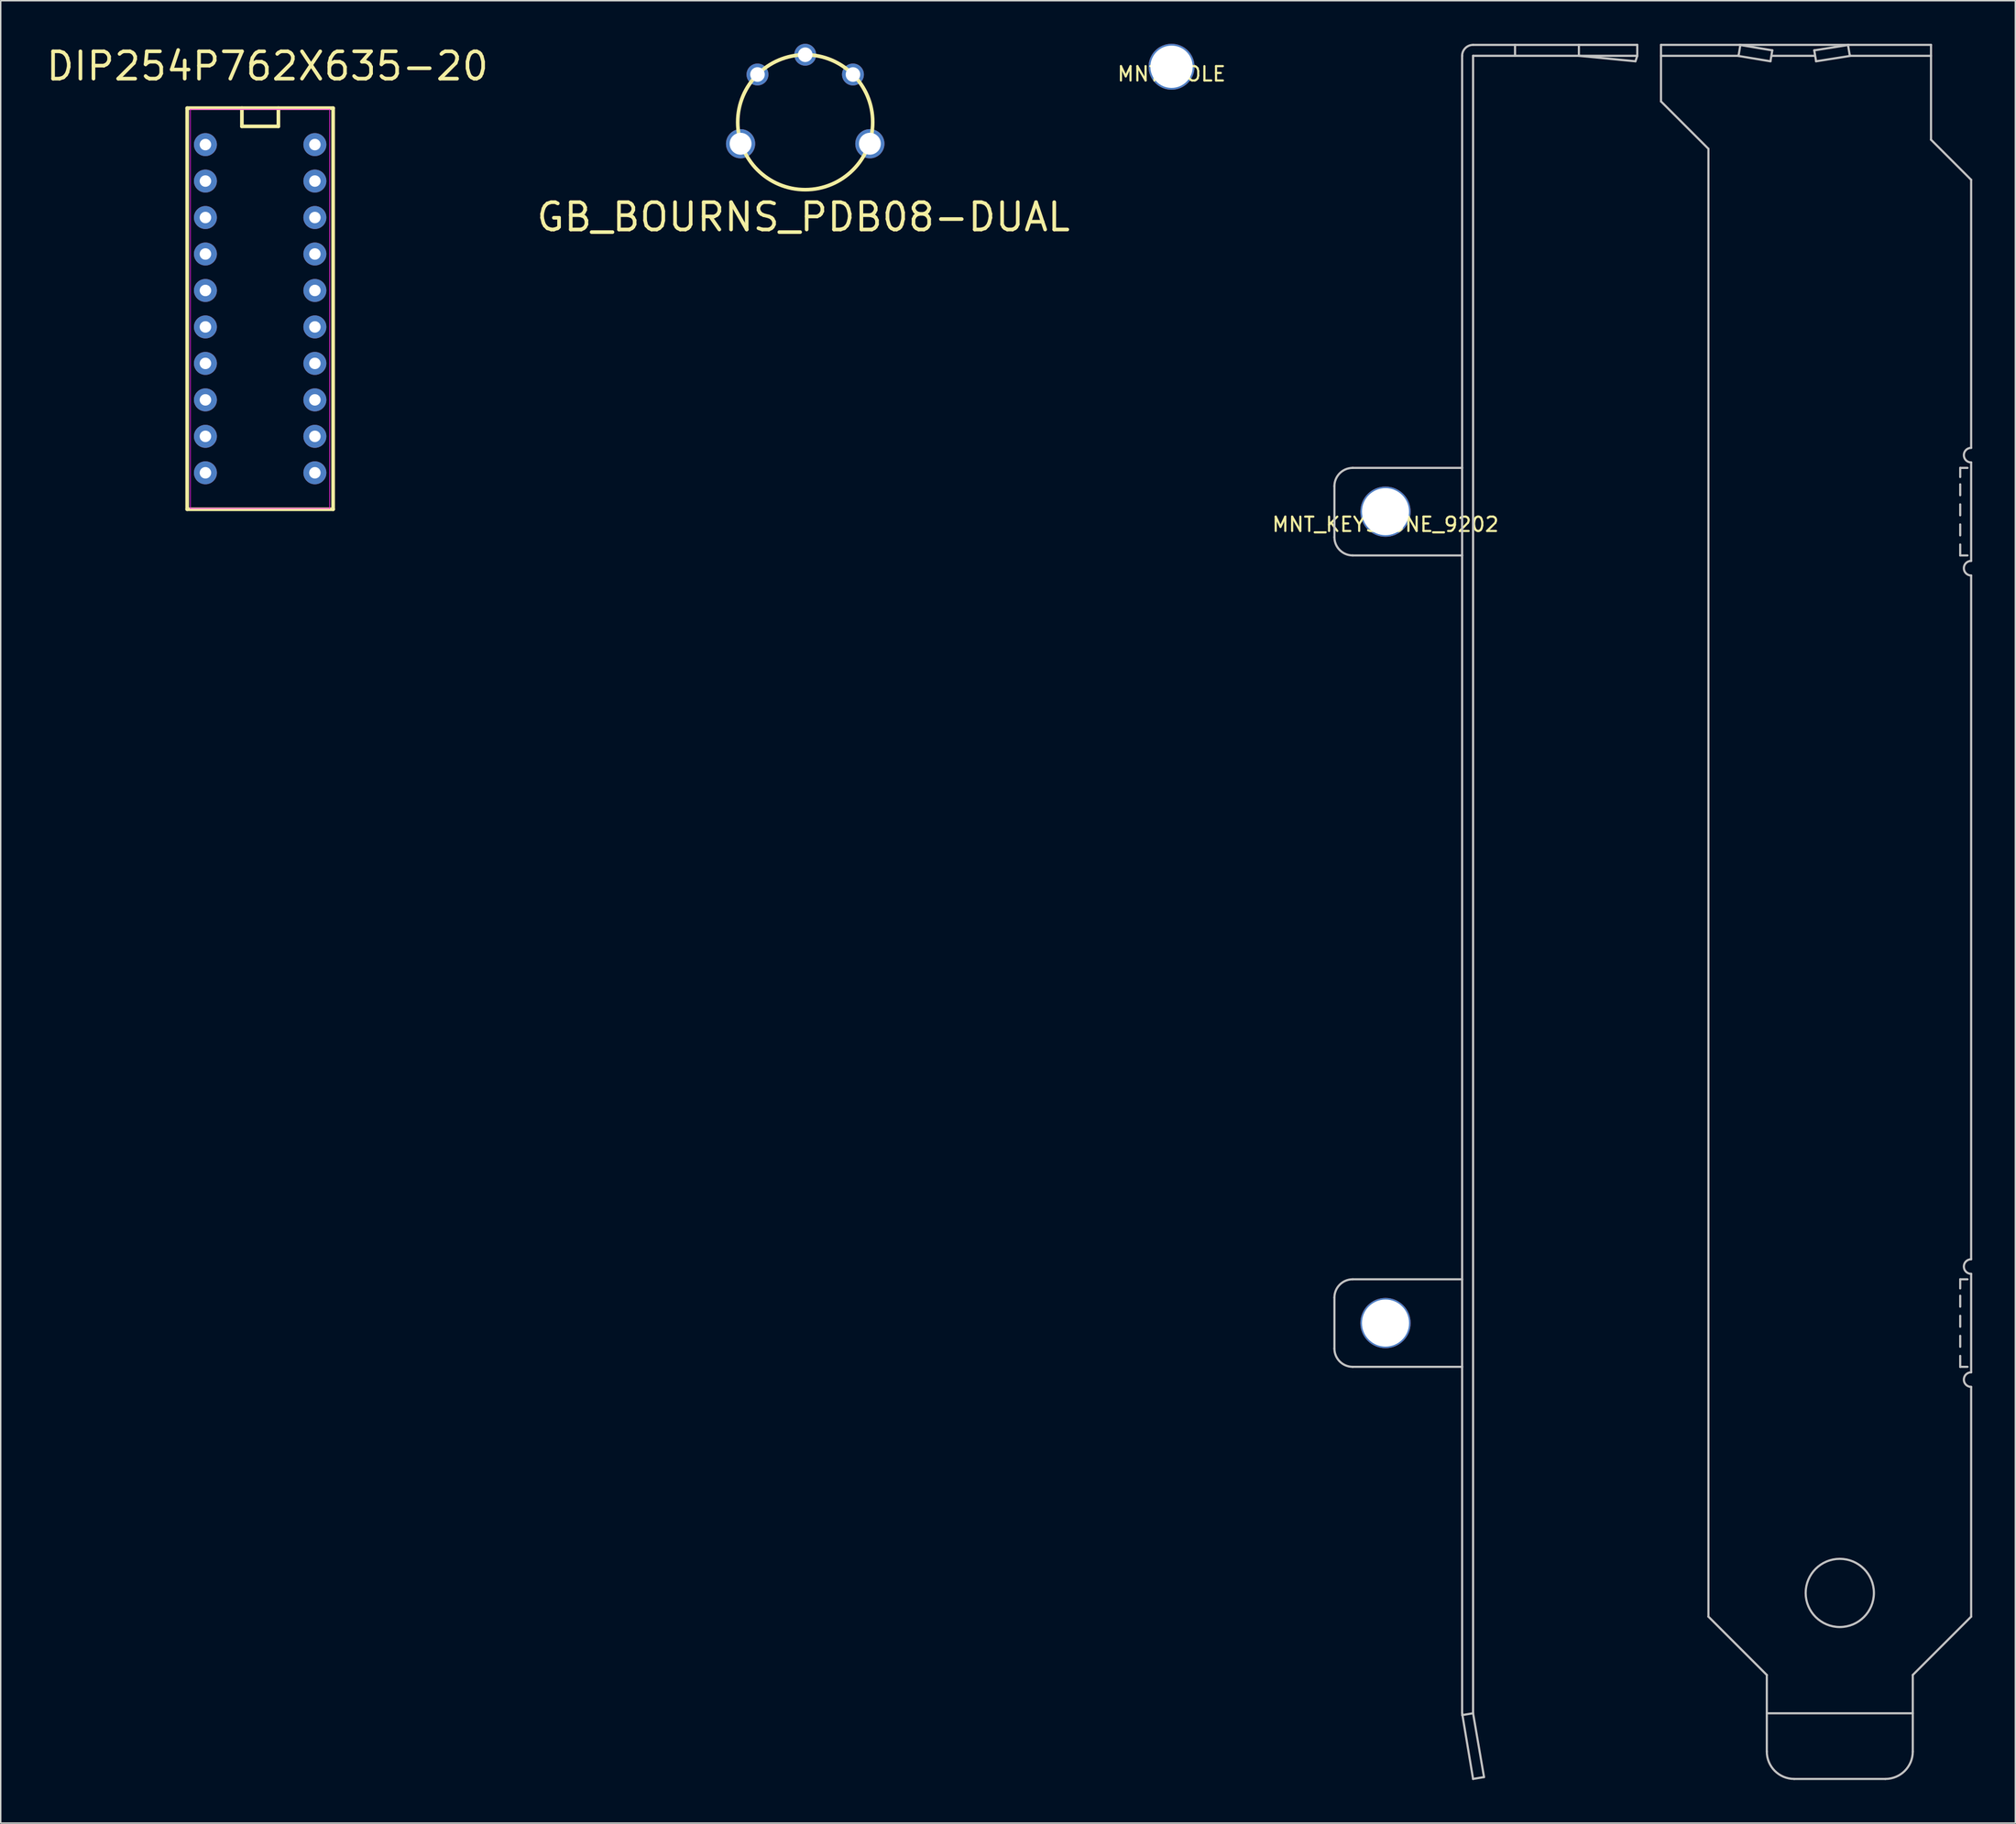
<source format=kicad_pcb>
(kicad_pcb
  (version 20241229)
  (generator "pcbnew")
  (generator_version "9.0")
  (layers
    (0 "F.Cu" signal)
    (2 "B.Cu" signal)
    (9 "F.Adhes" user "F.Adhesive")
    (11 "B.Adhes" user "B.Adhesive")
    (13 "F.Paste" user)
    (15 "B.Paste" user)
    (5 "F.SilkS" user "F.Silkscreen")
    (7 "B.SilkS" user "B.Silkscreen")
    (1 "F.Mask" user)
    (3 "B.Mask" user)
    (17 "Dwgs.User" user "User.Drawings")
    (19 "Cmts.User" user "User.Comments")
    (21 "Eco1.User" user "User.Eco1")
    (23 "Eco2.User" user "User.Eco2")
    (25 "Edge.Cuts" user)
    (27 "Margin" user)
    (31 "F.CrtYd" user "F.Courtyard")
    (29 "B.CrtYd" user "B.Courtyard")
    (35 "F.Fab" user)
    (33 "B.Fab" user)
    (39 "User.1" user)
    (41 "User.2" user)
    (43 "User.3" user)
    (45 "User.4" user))
  (footprint "MNT_HOLE"
    (layer "F.Cu")
    (at 78.503 1.6)
    (property "Reference" "MNT_HOLE" (at 0 0.5 0) (layer "F.SilkS") (effects (font (size 1 1) (thickness 0.15))))
    (attr through_hole)
    (pad "1" thru_hole circle (at 0 0) (size 3.2 3.2) (drill 2.946) (layers "*.Cu" "*.Mask")))
  (footprint "GB_BOURNS_PDB08-DUAL"
    (layer "F.Cu")
    (at 53.002 5.462)
    (property "Reference" "GB_BOURNS_PDB08-DUAL" (at -0.127 6.604 0) (layer "F.SilkS") (effects (font (size 1.905 1.905) (thickness 0.254))))
    (attr through_hole)
    (fp_circle (center 0 0) (end 4.699 0) (stroke (width 0.254) (type solid)) (fill no) (layer "F.SilkS"))
    (pad "1" thru_hole circle (at 3.323 -3.323 270) (size 1.524 1.524) (drill 1.016) (layers "*.Cu" "*.Mask"))
    (pad "2A" thru_hole circle (at -4.5 1.5 270) (size 2.032 2.032) (drill 1.524) (layers "*.Cu" "*.Mask"))
    (pad "2B" thru_hole circle (at 4.5 1.5 270) (size 2.032 2.032) (drill 1.524) (layers "*.Cu" "*.Mask"))
    (pad "3A" thru_hole circle (at 0 -4.7 270) (size 1.524 1.524) (drill 1.016) (layers "*.Cu" "*.Mask"))
    (pad "3B" thru_hole circle (at -3.323 -3.323 270) (size 1.524 1.524) (drill 1.016) (layers "*.Cu" "*.Mask")))
  (footprint "MNT_KEYSTONE_9202"
    (layer "F.Cu")
    (at 93.396 32.588)
    (property "Reference" "MNT_KEYSTONE_9202" (at 0 0.889 0) (layer "F.SilkS") (effects (font (size 1 1) (thickness 0.15))))
    (attr through_hole)
    (fp_line (start -3.556 -1.778) (end -3.556 1.778) (stroke (width 0.15) (type solid)) (layer "Dwgs.User"))
    (fp_line (start -3.556 54.737) (end -3.556 58.293) (stroke (width 0.15) (type solid)) (layer "Dwgs.User"))
    (fp_line (start -2.286 -3.048) (end 5.334 -3.048) (stroke (width 0.15) (type solid)) (layer "Dwgs.User"))
    (fp_line (start -2.286 3.048) (end 5.334 3.048) (stroke (width 0.15) (type solid)) (layer "Dwgs.User"))
    (fp_line (start -2.286 53.467) (end 5.334 53.467) (stroke (width 0.15) (type solid)) (layer "Dwgs.User"))
    (fp_line (start -2.286 59.563) (end 5.334 59.563) (stroke (width 0.15) (type solid)) (layer "Dwgs.User"))
    (fp_line (start 5.334 -31.75) (end 5.334 83.693) (stroke (width 0.152) (type solid)) (layer "Dwgs.User"))
    (fp_line (start 5.334 83.693) (end 6.096 88.265) (stroke (width 0.15) (type solid)) (layer "Dwgs.User"))
    (fp_line (start 6.096 -32.512) (end 17.526 -32.512) (stroke (width 0.152) (type solid)) (layer "Dwgs.User"))
    (fp_line (start 6.096 -31.75) (end 6.096 83.693) (stroke (width 0.152) (type solid)) (layer "Dwgs.User"))
    (fp_line (start 6.096 -31.75) (end 17.526 -31.75) (stroke (width 0.152) (type solid)) (layer "Dwgs.User"))
    (fp_line (start 6.096 83.693) (end 5.334 83.82) (stroke (width 0.15) (type solid)) (layer "Dwgs.User"))
    (fp_line (start 6.096 88.265) (end 6.858 88.138) (stroke (width 0.15) (type solid)) (layer "Dwgs.User"))
    (fp_line (start 6.858 88.138) (end 6.096 83.693) (stroke (width 0.15) (type solid)) (layer "Dwgs.User"))
    (fp_line (start 9.017 -32.512) (end 9.017 -31.75) (stroke (width 0.15) (type solid)) (layer "Dwgs.User"))
    (fp_line (start 13.462 -31.75) (end 13.462 -32.512) (stroke (width 0.15) (type solid)) (layer "Dwgs.User"))
    (fp_line (start 17.399 -31.369) (end 13.462 -31.75) (stroke (width 0.15) (type solid)) (layer "Dwgs.User"))
    (fp_line (start 17.526 -31.75) (end 17.399 -31.369) (stroke (width 0.15) (type solid)) (layer "Dwgs.User"))
    (fp_line (start 17.526 -31.75) (end 17.526 -32.512) (stroke (width 0.15) (type solid)) (layer "Dwgs.User"))
    (fp_line (start 19.177 -32.512) (end 19.177 -28.575) (stroke (width 0.15) (type solid)) (layer "Dwgs.User"))
    (fp_line (start 19.177 -32.512) (end 37.973 -32.512) (stroke (width 0.15) (type solid)) (layer "Dwgs.User"))
    (fp_line (start 19.177 -28.575) (end 22.479 -25.273) (stroke (width 0.15) (type solid)) (layer "Dwgs.User"))
    (fp_line (start 22.479 -25.273) (end 22.479 76.962) (stroke (width 0.15) (type solid)) (layer "Dwgs.User"))
    (fp_line (start 22.479 76.962) (end 26.543 81.026) (stroke (width 0.15) (type solid)) (layer "Dwgs.User"))
    (fp_line (start 24.511 -31.75) (end 19.177 -31.75) (stroke (width 0.15) (type solid)) (layer "Dwgs.User"))
    (fp_line (start 24.511 -31.75) (end 26.797 -31.369) (stroke (width 0.15) (type solid)) (layer "Dwgs.User"))
    (fp_line (start 24.575 -31.75) (end 24.701 -32.512) (stroke (width 0.15) (type solid)) (layer "Dwgs.User"))
    (fp_line (start 24.638 -32.512) (end 26.924 -32.131) (stroke (width 0.15) (type solid)) (layer "Dwgs.User"))
    (fp_line (start 26.543 83.693) (end 36.703 83.693) (stroke (width 0.15) (type solid)) (layer "Dwgs.User"))
    (fp_line (start 26.543 86.36) (end 26.543 81.026) (stroke (width 0.15) (type solid)) (layer "Dwgs.User"))
    (fp_line (start 26.797 -31.369) (end 26.924 -32.131) (stroke (width 0.15) (type solid)) (layer "Dwgs.User"))
    (fp_line (start 26.924 -31.75) (end 29.845 -31.75) (stroke (width 0.15) (type solid)) (layer "Dwgs.User"))
    (fp_line (start 28.448 88.265) (end 34.798 88.265) (stroke (width 0.15) (type solid)) (layer "Dwgs.User"))
    (fp_line (start 29.845 -32.131) (end 32.258 -32.512) (stroke (width 0.15) (type solid)) (layer "Dwgs.User"))
    (fp_line (start 29.972 -31.369) (end 29.845 -32.131) (stroke (width 0.15) (type solid)) (layer "Dwgs.User"))
    (fp_line (start 32.322 -31.75) (end 32.194 -32.512) (stroke (width 0.15) (type solid)) (layer "Dwgs.User"))
    (fp_line (start 32.385 -31.75) (end 29.972 -31.369) (stroke (width 0.15) (type solid)) (layer "Dwgs.User"))
    (fp_line (start 36.703 81.026) (end 40.767 76.962) (stroke (width 0.15) (type solid)) (layer "Dwgs.User"))
    (fp_line (start 36.703 86.36) (end 36.703 81.026) (stroke (width 0.15) (type solid)) (layer "Dwgs.User"))
    (fp_line (start 37.973 -32.512) (end 37.973 -25.908) (stroke (width 0.15) (type solid)) (layer "Dwgs.User"))
    (fp_line (start 37.973 -31.75) (end 32.385 -31.75) (stroke (width 0.15) (type solid)) (layer "Dwgs.User"))
    (fp_line (start 40.005 -3.048) (end 40.513 -3.048) (stroke (width 0.15) (type solid)) (layer "Dwgs.User"))
    (fp_line (start 40.005 -2.413) (end 40.005 -3.048) (stroke (width 0.15) (type solid)) (layer "Dwgs.User"))
    (fp_line (start 40.005 -1.143) (end 40.005 -1.905) (stroke (width 0.15) (type solid)) (layer "Dwgs.User"))
    (fp_line (start 40.005 0.254) (end 40.005 -0.508) (stroke (width 0.15) (type solid)) (layer "Dwgs.User"))
    (fp_line (start 40.005 1.651) (end 40.005 0.889) (stroke (width 0.15) (type solid)) (layer "Dwgs.User"))
    (fp_line (start 40.005 3.048) (end 40.005 2.286) (stroke (width 0.15) (type solid)) (layer "Dwgs.User"))
    (fp_line (start 40.005 53.467) (end 40.513 53.467) (stroke (width 0.15) (type solid)) (layer "Dwgs.User"))
    (fp_line (start 40.005 54.102) (end 40.005 53.467) (stroke (width 0.15) (type solid)) (layer "Dwgs.User"))
    (fp_line (start 40.005 55.372) (end 40.005 54.61) (stroke (width 0.15) (type solid)) (layer "Dwgs.User"))
    (fp_line (start 40.005 56.769) (end 40.005 56.007) (stroke (width 0.15) (type solid)) (layer "Dwgs.User"))
    (fp_line (start 40.005 58.166) (end 40.005 57.404) (stroke (width 0.15) (type solid)) (layer "Dwgs.User"))
    (fp_line (start 40.005 59.563) (end 40.005 58.801) (stroke (width 0.15) (type solid)) (layer "Dwgs.User"))
    (fp_line (start 40.513 3.048) (end 40.005 3.048) (stroke (width 0.15) (type solid)) (layer "Dwgs.User"))
    (fp_line (start 40.513 59.563) (end 40.005 59.563) (stroke (width 0.15) (type solid)) (layer "Dwgs.User"))
    (fp_line (start 40.767 -23.114) (end 37.973 -25.908) (stroke (width 0.15) (type solid)) (layer "Dwgs.User"))
    (fp_line (start 40.767 -23.114) (end 40.767 -4.445) (stroke (width 0.15) (type solid)) (layer "Dwgs.User"))
    (fp_line (start 40.767 3.429) (end 40.767 -3.429) (stroke (width 0.15) (type solid)) (layer "Dwgs.User"))
    (fp_line (start 40.767 4.445) (end 40.767 52.07) (stroke (width 0.15) (type solid)) (layer "Dwgs.User"))
    (fp_line (start 40.767 59.944) (end 40.767 53.086) (stroke (width 0.15) (type solid)) (layer "Dwgs.User"))
    (fp_line (start 40.767 60.96) (end 40.767 76.962) (stroke (width 0.15) (type solid)) (layer "Dwgs.User"))
    (fp_arc (start -3.556 -1.778) (mid -3.184809 -2.675241) (end -2.288217 -3.047998) (stroke (width 0.15) (type solid)) (layer "Dwgs.User"))
    (fp_arc (start -3.556 54.737) (mid -3.184809 53.839759) (end -2.288217 53.467002) (stroke (width 0.15) (type solid)) (layer "Dwgs.User"))
    (fp_arc (start -2.286 3.048) (mid -3.183241 2.676809) (end -3.555998 1.780217) (stroke (width 0.15) (type solid)) (layer "Dwgs.User"))
    (fp_arc (start -2.286 59.563) (mid -3.183241 59.191809) (end -3.555998 58.295217) (stroke (width 0.15) (type solid)) (layer "Dwgs.User"))
    (fp_arc (start 5.334 -31.75) (mid 5.556715 -32.288345) (end 6.09467 -32.511999) (stroke (width 0.15) (type solid)) (layer "Dwgs.User"))
    (fp_arc (start 28.448 88.265) (mid 27.100962 87.707038) (end 26.543 86.36) (stroke (width 0.15) (type solid)) (layer "Dwgs.User"))
    (fp_arc (start 36.703 86.36) (mid 36.145038 87.707038) (end 34.798 88.265) (stroke (width 0.15) (type solid)) (layer "Dwgs.User"))
    (fp_arc (start 40.767 -3.429) (mid 40.259 -3.937) (end 40.767 -4.445) (stroke (width 0.15) (type solid)) (layer "Dwgs.User"))
    (fp_arc (start 40.767 4.445) (mid 40.259 3.937) (end 40.767 3.429) (stroke (width 0.15) (type solid)) (layer "Dwgs.User"))
    (fp_arc (start 40.767 53.086) (mid 40.259 52.578) (end 40.767 52.07) (stroke (width 0.15) (type solid)) (layer "Dwgs.User"))
    (fp_arc (start 40.767 60.96) (mid 40.259 60.452) (end 40.767 59.944) (stroke (width 0.15) (type solid)) (layer "Dwgs.User"))
    (fp_circle (center 31.623 75.311) (end 33.998 75.311) (stroke (width 0.15) (type solid)) (fill no) (layer "Dwgs.User"))
    (pad "1" thru_hole circle (at 0 0 90) (size 3.5 3.5) (drill 3.277) (layers "*.Cu" "*.Mask"))
    (pad "1" thru_hole circle (at 0 56.515) (size 3.5 3.5) (drill 3.277) (layers "*.Cu" "*.Mask")))
  (footprint "DIP254P762X635-20"
    (layer "F.Cu")
    (at 11.249 7.021)
    (property "Reference" "DIP254P762X635-20" (at 4.318 -5.461 0) (layer "F.SilkS") (effects (font (size 1.905 1.905) (thickness 0.254))))
    (attr through_hole)
    (fp_line (start -1.27 -2.54) (end -1.27 25.4) (stroke (width 0.254) (type solid)) (layer "F.SilkS"))
    (fp_line (start -1.27 25.4) (end 8.89 25.4) (stroke (width 0.254) (type solid)) (layer "F.SilkS"))
    (fp_line (start 2.54 -2.54) (end 2.54 -1.27) (stroke (width 0.254) (type solid)) (layer "F.SilkS"))
    (fp_line (start 2.54 -1.27) (end 5.08 -1.27) (stroke (width 0.254) (type solid)) (layer "F.SilkS"))
    (fp_line (start 5.08 -1.27) (end 5.08 -2.54) (stroke (width 0.254) (type solid)) (layer "F.SilkS"))
    (fp_line (start 8.89 -2.54) (end -1.27 -2.54) (stroke (width 0.254) (type solid)) (layer "F.SilkS"))
    (fp_line (start 8.89 25.4) (end 8.89 -2.54) (stroke (width 0.254) (type solid)) (layer "F.SilkS"))
    (fp_line (start -1.05 -2.45) (end -1.05 25.34) (stroke (width 0.05) (type solid)) (layer "F.CrtYd"))
    (fp_line (start -1.05 -2.45) (end 8.65 -2.45) (stroke (width 0.05) (type solid)) (layer "F.CrtYd"))
    (fp_line (start -1.05 25.34) (end 8.65 25.34) (stroke (width 0.05) (type solid)) (layer "F.CrtYd"))
    (fp_line (start 8.65 -2.45) (end 8.65 25.34) (stroke (width 0.05) (type solid)) (layer "F.CrtYd"))
    (pad "1" thru_hole circle (at 0 0) (size 1.6 1.6) (drill 0.8) (layers "*.Cu" "*.Mask"))
    (pad "2" thru_hole oval (at 0 2.54) (size 1.6 1.6) (drill 0.8) (layers "*.Cu" "*.Mask"))
    (pad "3" thru_hole oval (at 0 5.08) (size 1.6 1.6) (drill 0.8) (layers "*.Cu" "*.Mask"))
    (pad "4" thru_hole oval (at 0 7.62) (size 1.6 1.6) (drill 0.8) (layers "*.Cu" "*.Mask"))
    (pad "5" thru_hole oval (at 0 10.16) (size 1.6 1.6) (drill 0.8) (layers "*.Cu" "*.Mask"))
    (pad "6" thru_hole oval (at 0 12.7) (size 1.6 1.6) (drill 0.8) (layers "*.Cu" "*.Mask"))
    (pad "7" thru_hole oval (at 0 15.24) (size 1.6 1.6) (drill 0.8) (layers "*.Cu" "*.Mask"))
    (pad "8" thru_hole oval (at 0 17.78) (size 1.6 1.6) (drill 0.8) (layers "*.Cu" "*.Mask"))
    (pad "9" thru_hole oval (at 0 20.32) (size 1.6 1.6) (drill 0.8) (layers "*.Cu" "*.Mask"))
    (pad "10" thru_hole oval (at 0 22.86) (size 1.6 1.6) (drill 0.8) (layers "*.Cu" "*.Mask"))
    (pad "11" thru_hole oval (at 7.62 22.86) (size 1.6 1.6) (drill 0.8) (layers "*.Cu" "*.Mask"))
    (pad "12" thru_hole oval (at 7.62 20.32) (size 1.6 1.6) (drill 0.8) (layers "*.Cu" "*.Mask"))
    (pad "13" thru_hole oval (at 7.62 17.78) (size 1.6 1.6) (drill 0.8) (layers "*.Cu" "*.Mask"))
    (pad "14" thru_hole oval (at 7.62 15.24) (size 1.6 1.6) (drill 0.8) (layers "*.Cu" "*.Mask"))
    (pad "15" thru_hole oval (at 7.62 12.7) (size 1.6 1.6) (drill 0.8) (layers "*.Cu" "*.Mask"))
    (pad "16" thru_hole oval (at 7.62 10.16) (size 1.6 1.6) (drill 0.8) (layers "*.Cu" "*.Mask"))
    (pad "17" thru_hole oval (at 7.62 7.62) (size 1.6 1.6) (drill 0.8) (layers "*.Cu" "*.Mask"))
    (pad "18" thru_hole oval (at 7.62 5.08) (size 1.6 1.6) (drill 0.8) (layers "*.Cu" "*.Mask"))
    (pad "19" thru_hole oval (at 7.62 2.54) (size 1.6 1.6) (drill 0.8) (layers "*.Cu" "*.Mask"))
    (pad "20" thru_hole oval (at 7.62 0) (size 1.6 1.6) (drill 0.8) (layers "*.Cu" "*.Mask")))
  (gr_rect
    (start -3 -3)
    (end 137.238 123.928)
    (stroke (width 0.1) (type default))
    (fill no)
    (layer "Edge.Cuts")))
</source>
